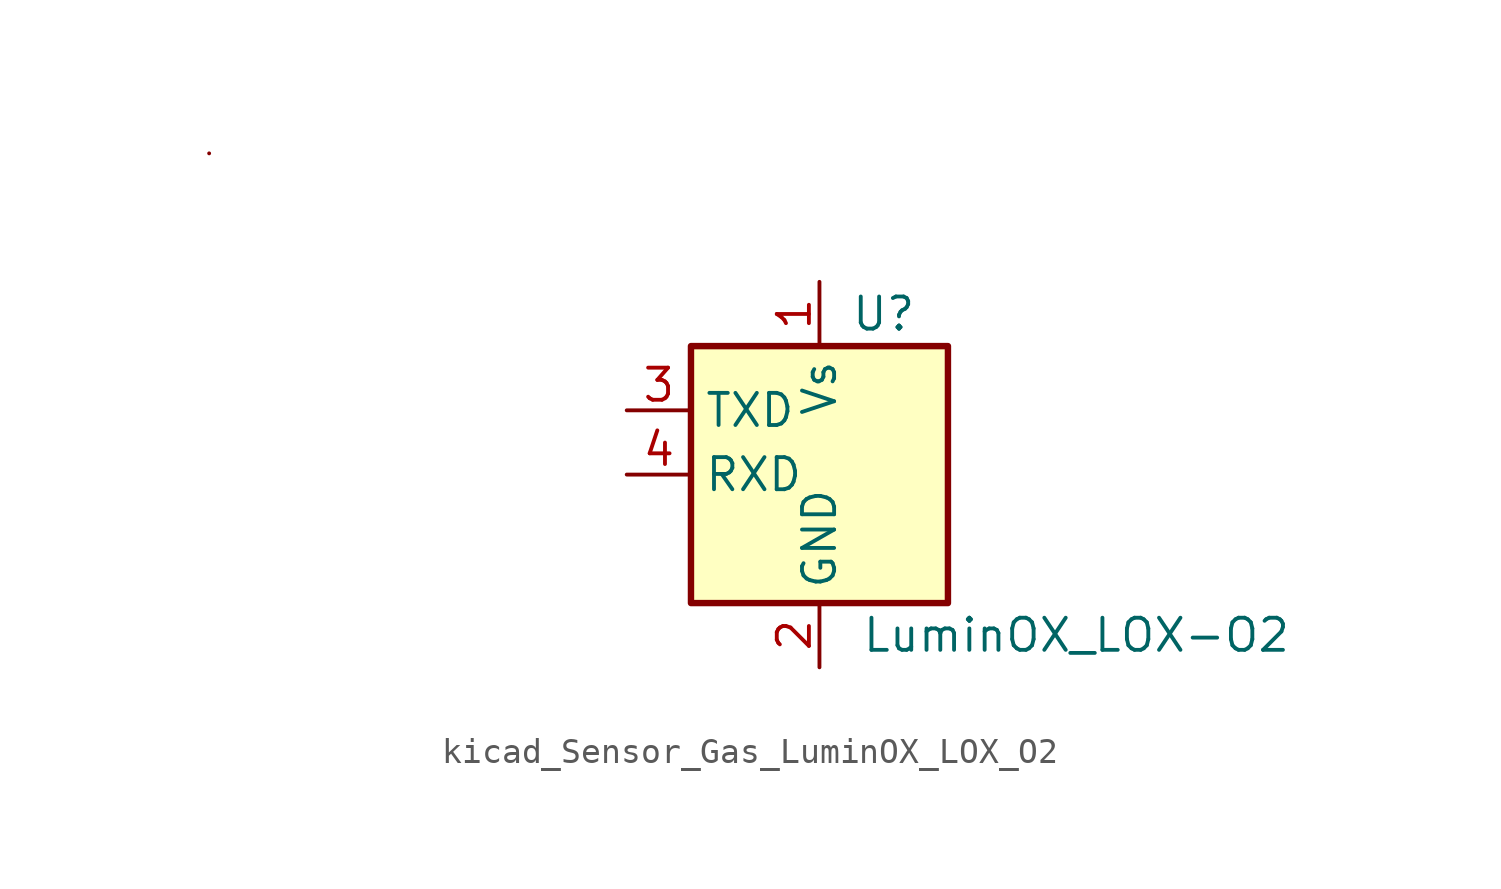
<source format=kicad_sym>
(kicad_symbol_lib
  (version 20220914)
  (generator kicad_symbol_editor)
  (symbol "kicad_Sensor_Gas_LuminOX_LOX_O2"
    (property "Reference" "U"
      (at 2.54 6.35 0)
      (effects (font (size 1.27 1.27))))
    (property "Value" "LuminOX_LOX-O2"
      (at 10.16 -6.35 0)
      (effects (font (size 1.27 1.27))))
    (symbol "kicad_Sensor_Gas_LuminOX_LOX_O2_0_1"
      (rectangle (start -24.13 12.7) (end -24.13 12.7) (stroke (width 0) (type default)) (fill (type none)))
      (rectangle (start -5.08 5.08) (end 5.08 -5.08) (stroke (width 0.254) (type default)) (fill (type background))))
    (symbol "kicad_Sensor_Gas_LuminOX_LOX_O2_1_1"
      (pin power_in line (at 0 7.62 270) (length 2.54) (name "Vs" (effects (font (size 1.27 1.27)))) (number "1" (effects (font (size 1.27 1.27)))))
      (pin power_in line (at 0 -7.62 90) (length 2.54) (name "GND" (effects (font (size 1.27 1.27)))) (number "2" (effects (font (size 1.27 1.27)))))
      (pin output line (at -7.62 2.54 0) (length 2.54) (name "TXD" (effects (font (size 1.27 1.27)))) (number "3" (effects (font (size 1.27 1.27)))))
      (pin input line (at -7.62 0 0) (length 2.54) (name "RXD" (effects (font (size 1.27 1.27)))) (number "4" (effects (font (size 1.27 1.27))))))))
</source>
